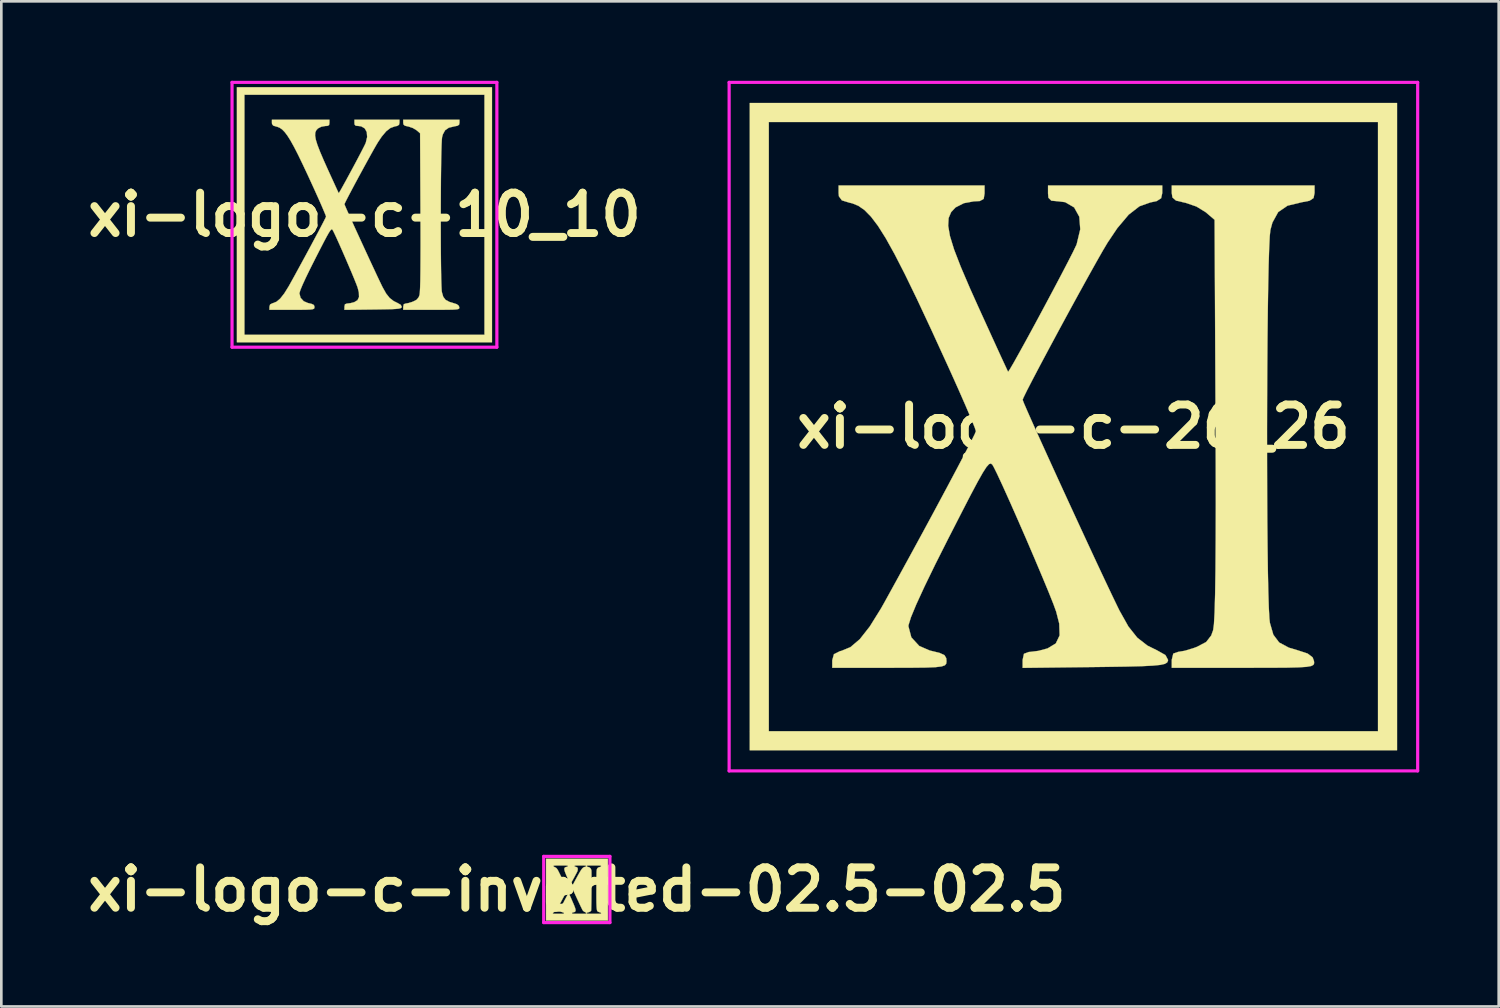
<source format=kicad_pcb>
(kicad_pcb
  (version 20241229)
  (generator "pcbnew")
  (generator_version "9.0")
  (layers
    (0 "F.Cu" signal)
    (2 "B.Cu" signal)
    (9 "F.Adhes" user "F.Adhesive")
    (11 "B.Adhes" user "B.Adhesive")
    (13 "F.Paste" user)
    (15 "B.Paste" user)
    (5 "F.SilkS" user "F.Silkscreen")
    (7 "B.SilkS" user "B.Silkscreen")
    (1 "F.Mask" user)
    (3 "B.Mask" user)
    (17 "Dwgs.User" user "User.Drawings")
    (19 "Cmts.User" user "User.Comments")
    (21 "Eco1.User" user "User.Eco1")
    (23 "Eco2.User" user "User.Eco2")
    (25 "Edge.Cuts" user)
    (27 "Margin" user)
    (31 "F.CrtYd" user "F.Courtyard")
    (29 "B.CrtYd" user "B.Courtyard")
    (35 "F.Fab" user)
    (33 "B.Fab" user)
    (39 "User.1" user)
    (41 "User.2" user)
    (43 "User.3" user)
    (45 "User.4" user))
  (footprint "xi-logo-c-inverted-02.5-02.5"
    (layer "F.Cu")
    (at 18.731 30.538)
    (property "Reference" "xi-logo-c-inverted-02.5-02.5" (at 0 0 0) (layer "F.SilkS") (effects (font (size 1.524 1.524) (thickness 0.3))))
    (attr through_hole)
    (fp_poly (pts (xy 1.173 1.173) (xy -1.161 1.173) (xy -1.161 0.898) (xy -0.907 0.898) (xy -0.905 0.906) (xy -0.898 0.911) (xy -0.881 0.915) (xy -0.852 0.917) (xy -0.807 0.919) (xy -0.744 0.919) (xy -0.695 0.919) (xy -0.619 0.919) (xy -0.564 0.918) (xy -0.526 0.917) (xy -0.502 0.914) (xy -0.49 0.91) (xy -0.485 0.903) (xy -0.484 0.896) (xy -0.492 0.878) (xy -0.52 0.867) (xy -0.525 0.866) (xy -0.576 0.848) (xy -0.607 0.819) (xy -0.619 0.776) (xy -0.62 0.768) (xy -0.617 0.748) (xy -0.61 0.72) (xy -0.595 0.684) (xy -0.573 0.635) (xy -0.543 0.571) (xy -0.502 0.49) (xy -0.475 0.436) (xy -0.435 0.36) (xy -0.399 0.291) (xy -0.367 0.233) (xy -0.342 0.187) (xy -0.324 0.158) (xy -0.316 0.148) (xy -0.308 0.152) (xy -0.296 0.17) (xy -0.278 0.202) (xy -0.254 0.251) (xy -0.223 0.318) (xy -0.185 0.404) (xy -0.139 0.511) (xy -0.127 0.537) (xy -0.09 0.628) (xy -0.063 0.7) (xy -0.049 0.755) (xy -0.046 0.796) (xy -0.054 0.825) (xy -0.074 0.845) (xy -0.106 0.858) (xy -0.133 0.863) (xy -0.166 0.872) (xy -0.18 0.884) (xy -0.181 0.895) (xy -0.181 0.903) (xy -0.176 0.909) (xy -0.165 0.913) (xy -0.144 0.916) (xy -0.11 0.918) (xy -0.061 0.919) (xy 0.007 0.919) (xy 0.091 0.919) (xy 0.179 0.919) (xy 0.245 0.919) (xy 0.294 0.918) (xy 0.327 0.916) (xy 0.347 0.913) (xy 0.358 0.908) (xy 0.362 0.902) (xy 0.363 0.897) (xy 0.353 0.877) (xy 0.321 0.859) (xy 0.308 0.853) (xy 0.253 0.821) (xy 0.224 0.789) (xy 0.212 0.769) (xy 0.192 0.729) (xy 0.164 0.672) (xy 0.13 0.602) (xy 0.092 0.521) (xy 0.05 0.431) (xy 0.005 0.335) (xy 0.000319 0.325) (xy -0.194 -0.096) (xy -0.035 -0.39) (xy 0.025 -0.5) (xy 0.076 -0.591) (xy 0.118 -0.665) (xy 0.154 -0.723) (xy 0.185 -0.767) (xy 0.212 -0.8) (xy 0.237 -0.823) (xy 0.261 -0.838) (xy 0.286 -0.848) (xy 0.309 -0.854) (xy 0.34 -0.864) (xy 0.351 -0.881) (xy 0.351 -0.884) (xy 0.375 -0.884) (xy 0.381 -0.868) (xy 0.403 -0.857) (xy 0.426 -0.852) (xy 0.482 -0.832) (xy 0.524 -0.793) (xy 0.547 -0.739) (xy 0.55 -0.725) (xy 0.552 -0.701) (xy 0.553 -0.656) (xy 0.554 -0.593) (xy 0.555 -0.515) (xy 0.555 -0.423) (xy 0.555 -0.321) (xy 0.555 -0.211) (xy 0.555 -0.096) (xy 0.554 0.022) (xy 0.553 0.141) (xy 0.552 0.257) (xy 0.551 0.369) (xy 0.55 0.473) (xy 0.548 0.567) (xy 0.546 0.649) (xy 0.545 0.716) (xy 0.543 0.766) (xy 0.541 0.795) (xy 0.54 0.802) (xy 0.515 0.828) (xy 0.472 0.851) (xy 0.42 0.865) (xy 0.388 0.875) (xy 0.376 0.89) (xy 0.375 0.896) (xy 0.376 0.904) (xy 0.382 0.909) (xy 0.394 0.913) (xy 0.417 0.916) (xy 0.453 0.918) (xy 0.504 0.919) (xy 0.575 0.919) (xy 0.647 0.919) (xy 0.735 0.919) (xy 0.802 0.919) (xy 0.85 0.918) (xy 0.883 0.916) (xy 0.904 0.913) (xy 0.914 0.908) (xy 0.919 0.902) (xy 0.919 0.897) (xy 0.912 0.881) (xy 0.887 0.868) (xy 0.86 0.86) (xy 0.821 0.847) (xy 0.789 0.83) (xy 0.78 0.822) (xy 0.771 0.808) (xy 0.763 0.786) (xy 0.757 0.754) (xy 0.751 0.71) (xy 0.747 0.654) (xy 0.744 0.584) (xy 0.741 0.497) (xy 0.74 0.393) (xy 0.739 0.27) (xy 0.739 0.126) (xy 0.74 -0.04) (xy 0.74 -0.085) (xy 0.741 -0.228) (xy 0.742 -0.349) (xy 0.743 -0.45) (xy 0.744 -0.532) (xy 0.745 -0.599) (xy 0.746 -0.651) (xy 0.748 -0.691) (xy 0.751 -0.722) (xy 0.754 -0.744) (xy 0.757 -0.76) (xy 0.761 -0.772) (xy 0.767 -0.782) (xy 0.769 -0.786) (xy 0.79 -0.815) (xy 0.818 -0.833) (xy 0.856 -0.845) (xy 0.896 -0.858) (xy 0.915 -0.872) (xy 0.919 -0.885) (xy 0.918 -0.892) (xy 0.912 -0.897) (xy 0.899 -0.901) (xy 0.876 -0.904) (xy 0.839 -0.906) (xy 0.787 -0.907) (xy 0.715 -0.907) (xy 0.647 -0.907) (xy 0.559 -0.907) (xy 0.493 -0.907) (xy 0.444 -0.906) (xy 0.411 -0.904) (xy 0.391 -0.901) (xy 0.38 -0.896) (xy 0.376 -0.89) (xy 0.375 -0.884) (xy 0.351 -0.884) (xy 0.351 -0.884) (xy 0.349 -0.892) (xy 0.343 -0.898) (xy 0.329 -0.902) (xy 0.303 -0.905) (xy 0.263 -0.906) (xy 0.205 -0.907) (xy 0.133 -0.907) (xy 0.056 -0.907) (xy -0.001 -0.906) (xy -0.04 -0.905) (xy -0.064 -0.902) (xy -0.078 -0.898) (xy -0.083 -0.892) (xy -0.085 -0.884) (xy -0.085 -0.883) (xy -0.076 -0.863) (xy -0.06 -0.859) (xy -0.025 -0.852) (xy 0.009 -0.835) (xy 0.027 -0.818) (xy 0.035 -0.791) (xy 0.035 -0.752) (xy 0.029 -0.711) (xy 0.024 -0.693) (xy 0.014 -0.672) (xy -0.004 -0.635) (xy -0.03 -0.587) (xy -0.06 -0.53) (xy -0.093 -0.468) (xy -0.127 -0.406) (xy -0.16 -0.346) (xy -0.19 -0.292) (xy -0.215 -0.249) (xy -0.233 -0.219) (xy -0.242 -0.206) (xy -0.242 -0.206) (xy -0.248 -0.216) (xy -0.263 -0.246) (xy -0.285 -0.291) (xy -0.312 -0.349) (xy -0.343 -0.416) (xy -0.356 -0.445) (xy -0.401 -0.548) (xy -0.435 -0.632) (xy -0.458 -0.698) (xy -0.47 -0.75) (xy -0.471 -0.789) (xy -0.461 -0.817) (xy -0.441 -0.836) (xy -0.41 -0.848) (xy -0.387 -0.853) (xy -0.354 -0.861) (xy -0.34 -0.875) (xy -0.339 -0.884) (xy -0.34 -0.891) (xy -0.345 -0.897) (xy -0.357 -0.901) (xy -0.38 -0.904) (xy -0.415 -0.906) (xy -0.466 -0.907) (xy -0.536 -0.907) (xy -0.611 -0.907) (xy -0.699 -0.907) (xy -0.766 -0.907) (xy -0.814 -0.905) (xy -0.847 -0.903) (xy -0.867 -0.9) (xy -0.878 -0.896) (xy -0.882 -0.89) (xy -0.883 -0.885) (xy -0.871 -0.865) (xy -0.836 -0.844) (xy -0.824 -0.839) (xy -0.791 -0.823) (xy -0.766 -0.803) (xy -0.742 -0.773) (xy -0.715 -0.73) (xy -0.699 -0.7) (xy -0.675 -0.652) (xy -0.644 -0.59) (xy -0.608 -0.517) (xy -0.57 -0.436) (xy -0.53 -0.353) (xy -0.491 -0.27) (xy -0.454 -0.191) (xy -0.422 -0.12) (xy -0.395 -0.061) (xy -0.377 -0.017) (xy -0.376 -0.015) (xy -0.372 -0.003) (xy -0.37 0.009) (xy -0.372 0.024) (xy -0.378 0.045) (xy -0.391 0.074) (xy -0.41 0.114) (xy -0.437 0.167) (xy -0.474 0.237) (xy -0.521 0.323) (xy -0.584 0.441) (xy -0.637 0.539) (xy -0.681 0.619) (xy -0.718 0.684) (xy -0.749 0.735) (xy -0.774 0.774) (xy -0.796 0.803) (xy -0.815 0.824) (xy -0.833 0.839) (xy -0.85 0.85) (xy -0.856 0.852) (xy -0.89 0.873) (xy -0.906 0.894) (xy -0.907 0.898) (xy -1.161 0.898) (xy -1.161 -1.161) (xy 1.173 -1.161) (xy 1.173 1.173)) (stroke (width 0.01) (type solid)) (fill yes) (layer "F.SilkS"))
    (fp_line (start -1.25 -1.25) (end 1.25 -1.25) (stroke (width 0.12) (type solid)) (layer "F.CrtYd"))
    (fp_line (start -1.25 1.25) (end -1.25 -1.25) (stroke (width 0.12) (type solid)) (layer "F.CrtYd"))
    (fp_line (start 1.25 -1.25) (end 1.25 1.25) (stroke (width 0.12) (type solid)) (layer "F.CrtYd"))
    (fp_line (start 1.25 1.25) (end -1.25 1.25) (stroke (width 0.12) (type solid)) (layer "F.CrtYd")))
  (footprint "xi-logo-c-26_26"
    (layer "F.Cu")
    (at 37.483 13.06)
    (property "Reference" "xi-logo-c-26_26" (at 0 0 0) (layer "F.SilkS") (effects (font (size 1.524 1.524) (thickness 0.3))))
    (attr through_hole)
    (fp_poly (pts (xy 12.221 12.221) (xy -12.221 12.221) (xy -12.221 -11.502) (xy -11.502 -11.502) (xy -11.502 11.502) (xy 11.502 11.502) (xy 11.502 -11.502) (xy -11.502 -11.502) (xy -12.221 -11.502) (xy -12.221 -12.221) (xy 12.221 -12.221) (xy 12.221 12.221)) (stroke (width 0.01) (type solid)) (fill yes) (layer "F.SilkS"))
    (fp_poly (pts (xy 9.106 -8.822) (xy 9.069 -8.632) (xy 8.916 -8.53) (xy 8.622 -8.473) (xy 8.087 -8.344) (xy 7.733 -8.102) (xy 7.515 -7.706) (xy 7.439 -7.427) (xy 7.414 -7.188) (xy 7.392 -6.737) (xy 7.372 -6.099) (xy 7.355 -5.303) (xy 7.341 -4.375) (xy 7.329 -3.343) (xy 7.321 -2.232) (xy 7.315 -1.07) (xy 7.312 0.117) (xy 7.313 1.3) (xy 7.316 2.454) (xy 7.322 3.551) (xy 7.332 4.564) (xy 7.344 5.468) (xy 7.36 6.233) (xy 7.379 6.835) (xy 7.401 7.245) (xy 7.42 7.41) (xy 7.55 7.858) (xy 7.77 8.151) (xy 8.136 8.347) (xy 8.467 8.445) (xy 8.843 8.568) (xy 9.032 8.711) (xy 9.084 8.849) (xy 9.091 8.931) (xy 9.066 8.994) (xy 8.979 9.04) (xy 8.801 9.071) (xy 8.505 9.09) (xy 8.062 9.101) (xy 7.442 9.105) (xy 6.617 9.106) (xy 6.418 9.106) (xy 3.714 9.106) (xy 3.714 8.806) (xy 3.771 8.571) (xy 3.951 8.507) (xy 4.21 8.463) (xy 4.564 8.354) (xy 4.669 8.314) (xy 5.013 8.133) (xy 5.203 7.889) (xy 5.277 7.685) (xy 5.307 7.461) (xy 5.332 7.012) (xy 5.351 6.335) (xy 5.365 5.429) (xy 5.373 4.292) (xy 5.377 2.921) (xy 5.374 1.314) (xy 5.368 -0.28) (xy 5.332 -7.809) (xy 4.996 -8.097) (xy 4.645 -8.312) (xy 4.232 -8.453) (xy 4.187 -8.462) (xy 3.876 -8.535) (xy 3.74 -8.653) (xy 3.714 -8.821) (xy 3.714 -9.106) (xy 9.106 -9.106) (xy 9.106 -8.822)) (stroke (width 0.01) (type solid)) (fill yes) (layer "F.SilkS"))
    (fp_poly (pts (xy -3.355 -8.806) (xy -3.387 -8.601) (xy -3.533 -8.519) (xy -3.761 -8.507) (xy -4.135 -8.438) (xy -4.45 -8.278) (xy -4.617 -8.1) (xy -4.712 -7.877) (xy -4.729 -7.585) (xy -4.662 -7.197) (xy -4.506 -6.689) (xy -4.254 -6.036) (xy -3.902 -5.214) (xy -3.59 -4.519) (xy -3.27 -3.817) (xy -2.985 -3.192) (xy -2.749 -2.676) (xy -2.575 -2.301) (xy -2.48 -2.097) (xy -2.466 -2.07) (xy -2.404 -2.159) (xy -2.249 -2.424) (xy -2.022 -2.83) (xy -1.741 -3.34) (xy -1.426 -3.92) (xy -1.096 -4.534) (xy -0.77 -5.145) (xy -0.468 -5.717) (xy -0.208 -6.216) (xy -0.009 -6.606) (xy 0.108 -6.85) (xy 0.124 -6.889) (xy 0.259 -7.452) (xy 0.223 -7.926) (xy 0.028 -8.278) (xy -0.312 -8.476) (xy -0.558 -8.507) (xy -0.833 -8.532) (xy -0.943 -8.642) (xy -0.958 -8.806) (xy -0.958 -9.106) (xy 3.355 -9.106) (xy 3.355 -8.821) (xy 3.313 -8.625) (xy 3.146 -8.517) (xy 2.902 -8.465) (xy 2.494 -8.32) (xy 2.087 -8.004) (xy 1.657 -7.494) (xy 1.291 -6.949) (xy 1.116 -6.655) (xy 0.865 -6.214) (xy 0.555 -5.659) (xy 0.205 -5.025) (xy -0.168 -4.343) (xy -0.546 -3.646) (xy -0.91 -2.968) (xy -1.244 -2.342) (xy -1.529 -1.8) (xy -1.748 -1.376) (xy -1.882 -1.102) (xy -1.917 -1.014) (xy -1.869 -0.886) (xy -1.732 -0.57) (xy -1.522 -0.097) (xy -1.251 0.504) (xy -0.933 1.204) (xy -0.582 1.974) (xy -0.211 2.782) (xy 0.166 3.6) (xy 0.536 4.399) (xy 0.884 5.148) (xy 1.198 5.817) (xy 1.464 6.378) (xy 1.668 6.801) (xy 1.741 6.949) (xy 2.078 7.55) (xy 2.414 7.972) (xy 2.797 8.269) (xy 3.155 8.446) (xy 3.475 8.626) (xy 3.574 8.81) (xy 3.571 8.841) (xy 3.539 8.907) (xy 3.452 8.959) (xy 3.283 8.997) (xy 3.001 9.025) (xy 2.577 9.046) (xy 1.984 9.061) (xy 1.192 9.073) (xy 0.807 9.078) (xy -1.917 9.11) (xy -1.917 8.808) (xy -1.867 8.578) (xy -1.676 8.507) (xy -1.635 8.507) (xy -1.319 8.467) (xy -0.976 8.375) (xy -0.665 8.187) (xy -0.52 7.883) (xy -0.535 7.437) (xy -0.65 6.987) (xy -0.754 6.701) (xy -0.938 6.24) (xy -1.184 5.648) (xy -1.471 4.969) (xy -1.781 4.245) (xy -2.097 3.521) (xy -2.398 2.84) (xy -2.665 2.247) (xy -2.881 1.783) (xy -3.007 1.529) (xy -3.06 1.438) (xy -3.115 1.393) (xy -3.185 1.415) (xy -3.284 1.525) (xy -3.424 1.743) (xy -3.619 2.089) (xy -3.883 2.586) (xy -4.227 3.253) (xy -4.666 4.111) (xy -4.705 4.186) (xy -5.213 5.194) (xy -5.624 6.04) (xy -5.933 6.712) (xy -6.135 7.2) (xy -6.226 7.493) (xy -6.23 7.539) (xy -6.12 7.957) (xy -5.82 8.283) (xy -5.425 8.454) (xy -5.058 8.543) (xy -4.869 8.628) (xy -4.801 8.745) (xy -4.792 8.862) (xy -4.802 8.949) (xy -4.852 9.012) (xy -4.976 9.055) (xy -5.205 9.083) (xy -5.573 9.098) (xy -6.111 9.104) (xy -6.853 9.106) (xy -6.949 9.106) (xy -9.106 9.106) (xy -9.106 8.821) (xy -9.043 8.594) (xy -8.814 8.479) (xy -8.761 8.468) (xy -8.418 8.326) (xy -8.066 8.027) (xy -7.689 7.547) (xy -7.265 6.866) (xy -7.141 6.646) (xy -6.663 5.779) (xy -6.177 4.891) (xy -5.697 4.01) (xy -5.238 3.16) (xy -4.813 2.367) (xy -4.436 1.658) (xy -4.12 1.058) (xy -3.88 0.593) (xy -3.729 0.289) (xy -3.681 0.172) (xy -3.727 0.031) (xy -3.859 -0.295) (xy -4.063 -0.773) (xy -4.325 -1.371) (xy -4.631 -2.054) (xy -4.79 -2.403) (xy -5.393 -3.719) (xy -5.914 -4.831) (xy -6.363 -5.756) (xy -6.75 -6.511) (xy -7.085 -7.114) (xy -7.379 -7.58) (xy -7.643 -7.928) (xy -7.885 -8.175) (xy -8.117 -8.337) (xy -8.35 -8.432) (xy -8.458 -8.457) (xy -8.743 -8.544) (xy -8.855 -8.698) (xy -8.866 -8.819) (xy -8.866 -9.106) (xy -3.355 -9.106) (xy -3.355 -8.806)) (stroke (width 0.01) (type solid)) (fill yes) (layer "F.SilkS"))
    (fp_line (start -13 -13) (end 13 -13) (stroke (width 0.12) (type solid)) (layer "F.CrtYd"))
    (fp_line (start -13 13) (end -13 -13) (stroke (width 0.12) (type solid)) (layer "F.CrtYd"))
    (fp_line (start 13 -13) (end 13 13) (stroke (width 0.12) (type solid)) (layer "F.CrtYd"))
    (fp_line (start 13 13) (end -13 13) (stroke (width 0.12) (type solid)) (layer "F.CrtYd")))
  (footprint "xi-logo-c-10_10"
    (layer "F.Cu")
    (at 10.712 5.06)
    (property "Reference" "xi-logo-c-10_10" (at 0 0 0) (layer "F.SilkS") (effects (font (size 1.524 1.524) (thickness 0.3))))
    (attr through_hole)
    (fp_poly (pts (xy 4.816 4.816) (xy -4.816 4.816) (xy -4.816 -4.532) (xy -4.532 -4.532) (xy -4.532 4.532) (xy 4.532 4.532) (xy 4.532 -4.532) (xy -4.532 -4.532) (xy -4.816 -4.532) (xy -4.816 -4.816) (xy 4.816 -4.816) (xy 4.816 4.816)) (stroke (width 0.01) (type solid)) (fill yes) (layer "F.SilkS"))
    (fp_poly (pts (xy 3.588 -3.476) (xy 3.574 -3.402) (xy 3.513 -3.361) (xy 3.397 -3.339) (xy 3.187 -3.288) (xy 3.047 -3.193) (xy 2.961 -3.036) (xy 2.931 -2.927) (xy 2.922 -2.832) (xy 2.913 -2.655) (xy 2.905 -2.403) (xy 2.898 -2.09) (xy 2.893 -1.724) (xy 2.888 -1.317) (xy 2.885 -0.879) (xy 2.883 -0.421) (xy 2.882 0.046) (xy 2.882 0.512) (xy 2.883 0.967) (xy 2.885 1.399) (xy 2.889 1.799) (xy 2.894 2.155) (xy 2.9 2.456) (xy 2.908 2.693) (xy 2.916 2.855) (xy 2.924 2.92) (xy 2.975 3.096) (xy 3.062 3.212) (xy 3.206 3.289) (xy 3.336 3.328) (xy 3.485 3.376) (xy 3.559 3.433) (xy 3.58 3.487) (xy 3.582 3.519) (xy 3.572 3.544) (xy 3.538 3.562) (xy 3.468 3.574) (xy 3.352 3.582) (xy 3.177 3.586) (xy 2.932 3.588) (xy 2.607 3.588) (xy 2.529 3.588) (xy 1.464 3.588) (xy 1.464 3.47) (xy 1.486 3.377) (xy 1.557 3.352) (xy 1.659 3.335) (xy 1.798 3.292) (xy 1.84 3.276) (xy 1.975 3.205) (xy 2.05 3.109) (xy 2.08 3.028) (xy 2.091 2.94) (xy 2.101 2.763) (xy 2.109 2.496) (xy 2.114 2.139) (xy 2.117 1.691) (xy 2.119 1.151) (xy 2.118 0.518) (xy 2.115 -0.11) (xy 2.101 -3.077) (xy 1.969 -3.191) (xy 1.83 -3.275) (xy 1.668 -3.331) (xy 1.65 -3.334) (xy 1.527 -3.363) (xy 1.474 -3.41) (xy 1.464 -3.476) (xy 1.464 -3.588) (xy 3.588 -3.588) (xy 3.588 -3.476)) (stroke (width 0.01) (type solid)) (fill yes) (layer "F.SilkS"))
    (fp_poly (pts (xy -1.322 -3.47) (xy -1.335 -3.389) (xy -1.392 -3.357) (xy -1.482 -3.352) (xy -1.629 -3.325) (xy -1.753 -3.262) (xy -1.819 -3.192) (xy -1.857 -3.104) (xy -1.863 -2.989) (xy -1.837 -2.836) (xy -1.775 -2.636) (xy -1.676 -2.379) (xy -1.537 -2.054) (xy -1.415 -1.781) (xy -1.289 -1.504) (xy -1.176 -1.258) (xy -1.083 -1.054) (xy -1.015 -0.907) (xy -0.977 -0.826) (xy -0.972 -0.816) (xy -0.947 -0.851) (xy -0.886 -0.955) (xy -0.797 -1.115) (xy -0.686 -1.316) (xy -0.562 -1.545) (xy -0.432 -1.786) (xy -0.303 -2.027) (xy -0.184 -2.253) (xy -0.082 -2.45) (xy -0.004 -2.603) (xy 0.042 -2.699) (xy 0.049 -2.715) (xy 0.102 -2.936) (xy 0.088 -3.123) (xy 0.011 -3.262) (xy -0.123 -3.34) (xy -0.22 -3.352) (xy -0.328 -3.362) (xy -0.371 -3.405) (xy -0.378 -3.47) (xy -0.378 -3.588) (xy 1.322 -3.588) (xy 1.322 -3.476) (xy 1.306 -3.399) (xy 1.24 -3.356) (xy 1.143 -3.336) (xy 0.983 -3.278) (xy 0.822 -3.154) (xy 0.653 -2.953) (xy 0.509 -2.738) (xy 0.44 -2.622) (xy 0.341 -2.449) (xy 0.219 -2.23) (xy 0.081 -1.98) (xy -0.066 -1.711) (xy -0.215 -1.437) (xy -0.359 -1.17) (xy -0.49 -0.923) (xy -0.603 -0.709) (xy -0.689 -0.542) (xy -0.742 -0.434) (xy -0.755 -0.399) (xy -0.736 -0.349) (xy -0.683 -0.225) (xy -0.6 -0.038) (xy -0.493 0.199) (xy -0.368 0.475) (xy -0.229 0.778) (xy -0.083 1.096) (xy 0.066 1.419) (xy 0.211 1.733) (xy 0.349 2.028) (xy 0.472 2.292) (xy 0.577 2.513) (xy 0.657 2.68) (xy 0.686 2.738) (xy 0.819 2.975) (xy 0.951 3.141) (xy 1.102 3.258) (xy 1.243 3.328) (xy 1.369 3.399) (xy 1.408 3.472) (xy 1.407 3.484) (xy 1.394 3.51) (xy 1.36 3.53) (xy 1.293 3.545) (xy 1.182 3.556) (xy 1.016 3.565) (xy 0.782 3.57) (xy 0.47 3.575) (xy 0.318 3.577) (xy -0.755 3.59) (xy -0.755 3.471) (xy -0.736 3.38) (xy -0.66 3.352) (xy -0.644 3.352) (xy -0.52 3.336) (xy -0.384 3.3) (xy -0.262 3.226) (xy -0.205 3.106) (xy -0.211 2.931) (xy -0.256 2.753) (xy -0.297 2.641) (xy -0.37 2.459) (xy -0.466 2.226) (xy -0.58 1.958) (xy -0.702 1.673) (xy -0.826 1.388) (xy -0.945 1.119) (xy -1.05 0.885) (xy -1.135 0.703) (xy -1.185 0.603) (xy -1.206 0.567) (xy -1.228 0.549) (xy -1.255 0.558) (xy -1.294 0.601) (xy -1.349 0.687) (xy -1.426 0.823) (xy -1.53 1.019) (xy -1.666 1.282) (xy -1.839 1.62) (xy -1.854 1.65) (xy -2.054 2.047) (xy -2.216 2.38) (xy -2.338 2.645) (xy -2.418 2.837) (xy -2.453 2.953) (xy -2.455 2.971) (xy -2.412 3.135) (xy -2.294 3.264) (xy -2.138 3.331) (xy -1.993 3.366) (xy -1.919 3.4) (xy -1.892 3.446) (xy -1.888 3.492) (xy -1.892 3.526) (xy -1.912 3.551) (xy -1.961 3.568) (xy -2.051 3.579) (xy -2.196 3.585) (xy -2.408 3.588) (xy -2.701 3.588) (xy -2.738 3.588) (xy -3.588 3.588) (xy -3.588 3.476) (xy -3.563 3.387) (xy -3.473 3.341) (xy -3.452 3.337) (xy -3.317 3.281) (xy -3.179 3.163) (xy -3.03 2.974) (xy -2.863 2.706) (xy -2.814 2.619) (xy -2.625 2.277) (xy -2.434 1.927) (xy -2.245 1.58) (xy -2.064 1.245) (xy -1.897 0.933) (xy -1.748 0.654) (xy -1.624 0.417) (xy -1.529 0.234) (xy -1.469 0.114) (xy -1.45 0.068) (xy -1.468 0.012) (xy -1.521 -0.116) (xy -1.601 -0.305) (xy -1.704 -0.54) (xy -1.825 -0.809) (xy -1.887 -0.947) (xy -2.125 -1.466) (xy -2.331 -1.904) (xy -2.507 -2.268) (xy -2.66 -2.566) (xy -2.792 -2.803) (xy -2.908 -2.987) (xy -3.012 -3.124) (xy -3.107 -3.221) (xy -3.199 -3.285) (xy -3.29 -3.322) (xy -3.333 -3.332) (xy -3.445 -3.367) (xy -3.489 -3.428) (xy -3.494 -3.475) (xy -3.494 -3.588) (xy -1.322 -3.588) (xy -1.322 -3.47)) (stroke (width 0.01) (type solid)) (fill yes) (layer "F.SilkS"))
    (fp_line (start -5 -5) (end 5 -5) (stroke (width 0.12) (type solid)) (layer "F.CrtYd"))
    (fp_line (start -5 5) (end -5 -5) (stroke (width 0.12) (type solid)) (layer "F.CrtYd"))
    (fp_line (start 5 -5) (end 5 5) (stroke (width 0.12) (type solid)) (layer "F.CrtYd"))
    (fp_line (start 5 5) (end -5 5) (stroke (width 0.12) (type solid)) (layer "F.CrtYd")))
  (gr_rect
    (start -3 -3)
    (end 53.543 34.956)
    (stroke (width 0.1) (type default))
    (fill no)
    (layer "Edge.Cuts")))
</source>
